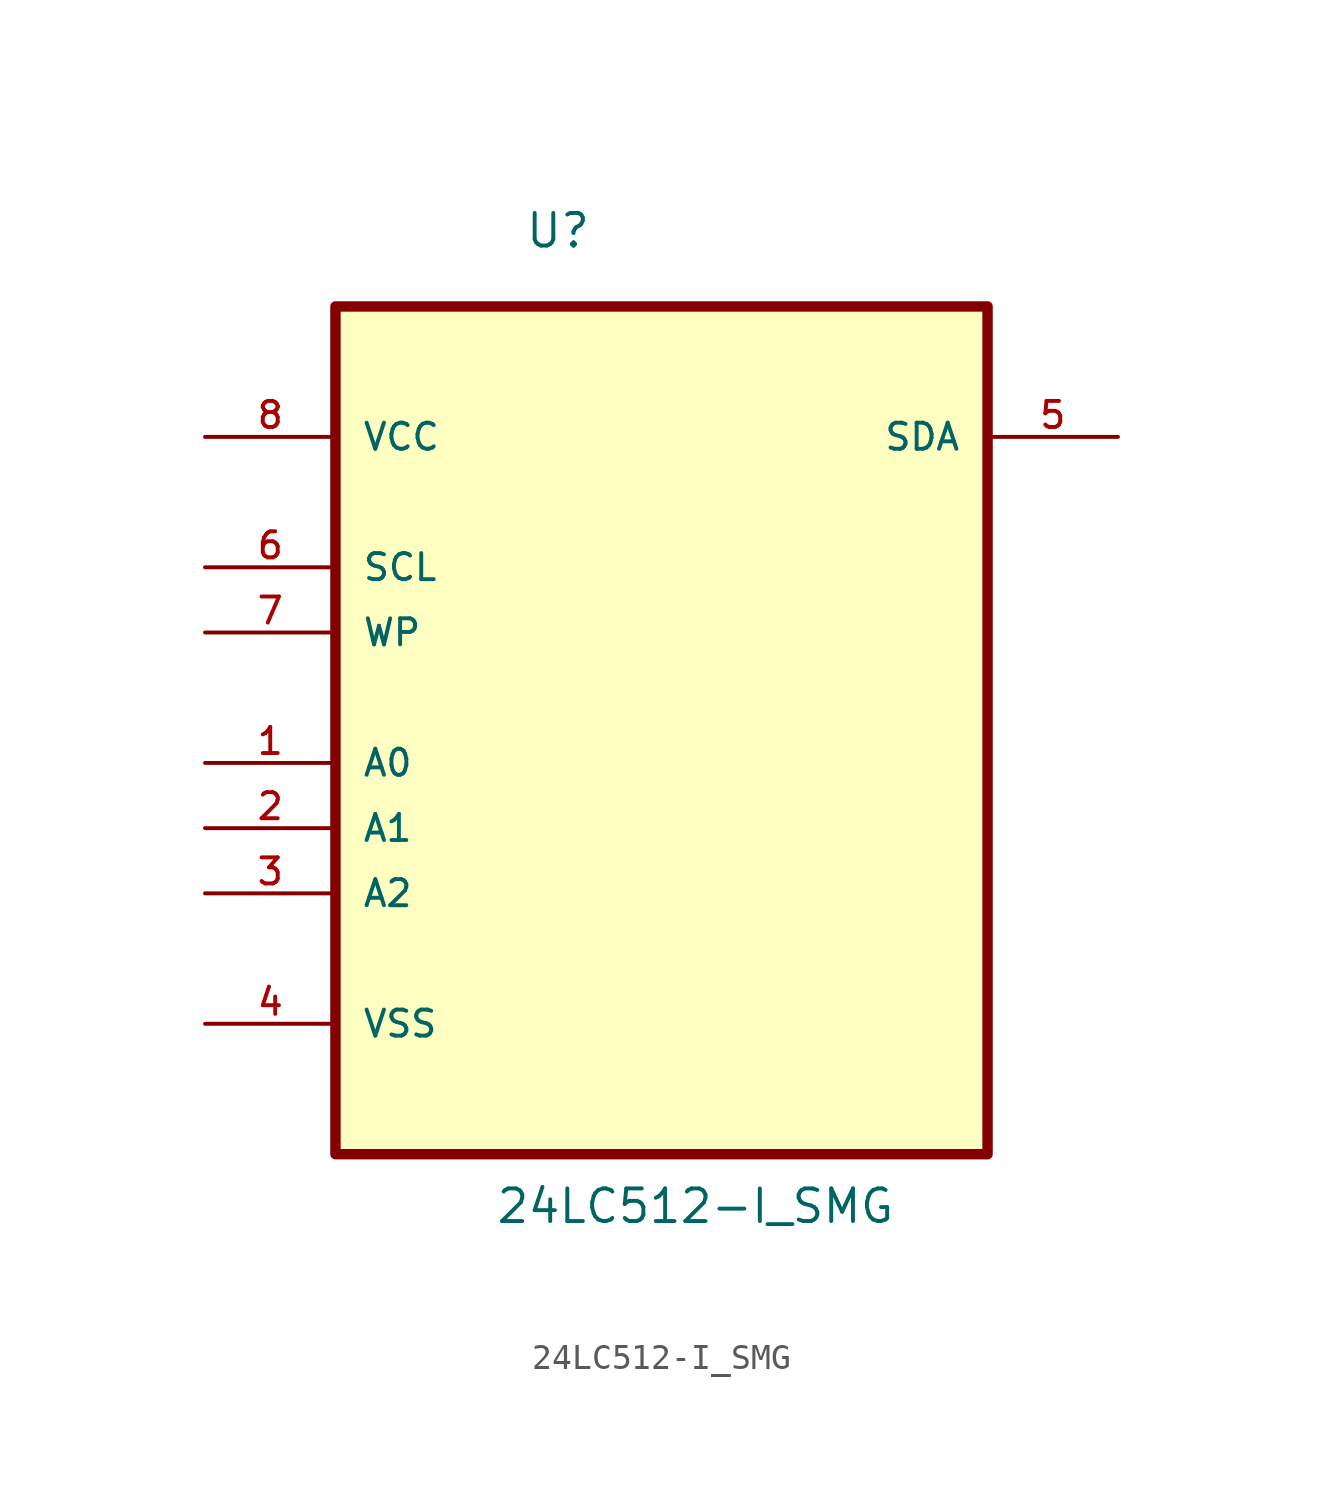
<source format=kicad_sym>
(kicad_symbol_lib
  (version 20211014)
  (generator kicad_symbol_editor)
  (symbol "24LC512-I_SMG"
    (pin_names
      (offset 1.016))
    (property "Reference" "U"
      (at -5.343 14.909 0.0)
      (effects (font (size 1.27 1.27)) (justify bottom left)))
    (property "Value" "24LC512-I_SMG"
      (at -6.491 -23.087 0.0)
      (effects (font (size 1.27 1.27)) (justify bottom left)))
    (symbol "24LC512-I_SMG_0_0"
      (rectangle (start -12.7 -20.32) (end 12.7 12.7) (stroke (width 0.406)) (fill (type background)))
      (pin power_in line (at -17.78 7.62 0) (length 5.08) (name "VCC" (effects (font (size 1.016 1.016)))) (number "8" (effects (font (size 1.016 1.016)))))
      (pin input line (at -17.78 2.54 0) (length 5.08) (name "SCL" (effects (font (size 1.016 1.016)))) (number "6" (effects (font (size 1.016 1.016)))))
      (pin input line (at -17.78 0.0 0) (length 5.08) (name "WP" (effects (font (size 1.016 1.016)))) (number "7" (effects (font (size 1.016 1.016)))))
      (pin input line (at -17.78 -5.08 0) (length 5.08) (name "A0" (effects (font (size 1.016 1.016)))) (number "1" (effects (font (size 1.016 1.016)))))
      (pin input line (at -17.78 -7.62 0) (length 5.08) (name "A1" (effects (font (size 1.016 1.016)))) (number "2" (effects (font (size 1.016 1.016)))))
      (pin input line (at -17.78 -10.16 0) (length 5.08) (name "A2" (effects (font (size 1.016 1.016)))) (number "3" (effects (font (size 1.016 1.016)))))
      (pin passive line (at -17.78 -15.24 0) (length 5.08) (name "VSS" (effects (font (size 1.016 1.016)))) (number "4" (effects (font (size 1.016 1.016)))))
      (pin bidirectional line (at 17.78 7.62 180.0) (length 5.08) (name "SDA" (effects (font (size 1.016 1.016)))) (number "5" (effects (font (size 1.016 1.016))))))))
</source>
